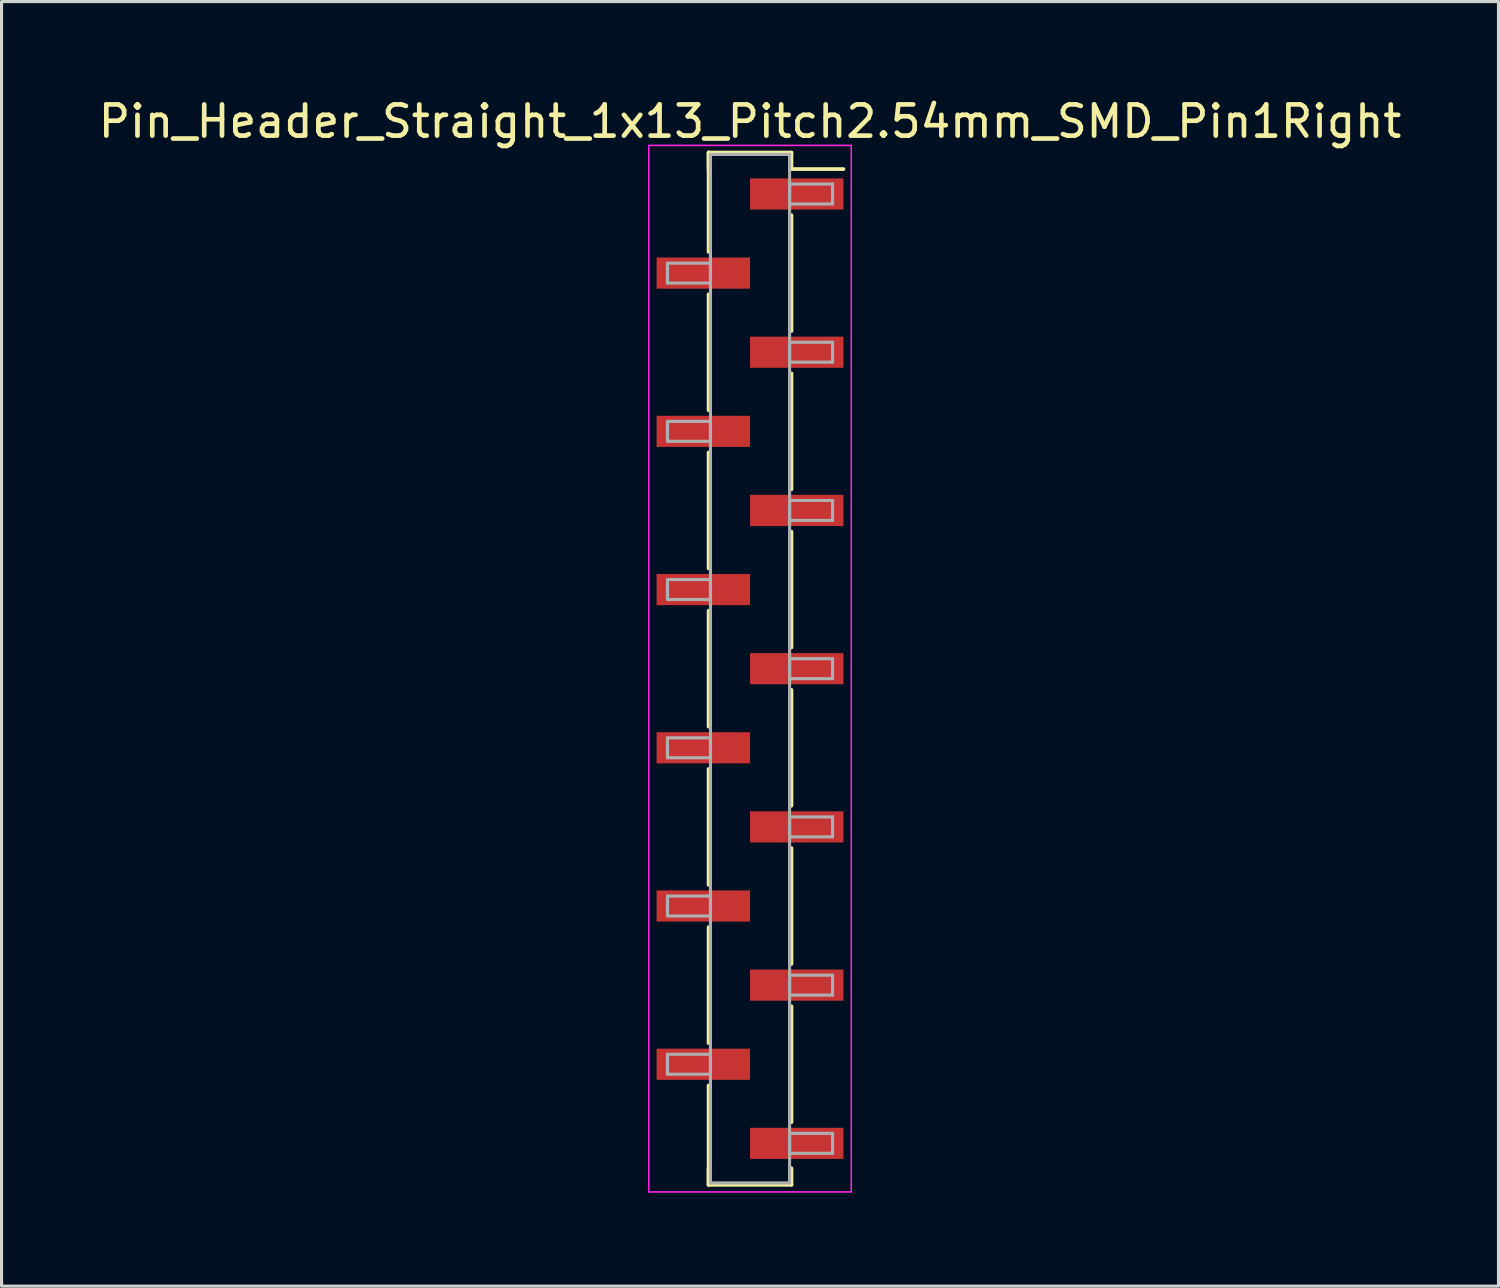
<source format=kicad_pcb>
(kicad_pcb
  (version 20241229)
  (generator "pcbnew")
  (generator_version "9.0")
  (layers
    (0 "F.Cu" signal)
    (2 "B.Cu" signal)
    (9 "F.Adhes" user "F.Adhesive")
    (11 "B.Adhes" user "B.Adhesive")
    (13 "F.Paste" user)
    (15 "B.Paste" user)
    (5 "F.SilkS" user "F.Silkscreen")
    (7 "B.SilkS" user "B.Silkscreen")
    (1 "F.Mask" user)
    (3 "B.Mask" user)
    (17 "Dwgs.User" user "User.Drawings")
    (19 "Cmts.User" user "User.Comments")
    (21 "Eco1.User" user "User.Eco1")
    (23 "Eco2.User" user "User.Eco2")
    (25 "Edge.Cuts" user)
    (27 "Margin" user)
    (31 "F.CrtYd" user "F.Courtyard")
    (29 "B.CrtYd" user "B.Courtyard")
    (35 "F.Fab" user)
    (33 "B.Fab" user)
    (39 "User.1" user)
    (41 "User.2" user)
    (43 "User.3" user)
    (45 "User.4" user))
  (footprint "Pin_Header_Straight_1x13_Pitch2.54mm_SMD_Pin1Right"
    (layer "F.Cu")
    (at 21.03 18.418)
    (property "Reference" "Pin_Header_Straight_1x13_Pitch2.54mm_SMD_Pin1Right" (at 0 -17.57 0) (layer "F.SilkS") (effects (font (size 1 1) (thickness 0.15))))
    (attr smd)
    (fp_line (start -1.33 -16.57) (end -1.33 -13.38) (stroke (width 0.12) (type solid)) (layer "F.SilkS"))
    (fp_line (start -1.33 -16.57) (end 1.33 -16.57) (stroke (width 0.12) (type solid)) (layer "F.SilkS"))
    (fp_line (start -1.33 -16.04) (end -1.33 -16.57) (stroke (width 0.12) (type solid)) (layer "F.SilkS"))
    (fp_line (start -1.33 -12.02) (end -1.33 -8.3) (stroke (width 0.12) (type solid)) (layer "F.SilkS"))
    (fp_line (start -1.33 -6.94) (end -1.33 -3.22) (stroke (width 0.12) (type solid)) (layer "F.SilkS"))
    (fp_line (start -1.33 -1.86) (end -1.33 1.86) (stroke (width 0.12) (type solid)) (layer "F.SilkS"))
    (fp_line (start -1.33 3.22) (end -1.33 6.94) (stroke (width 0.12) (type solid)) (layer "F.SilkS"))
    (fp_line (start -1.33 8.3) (end -1.33 12.02) (stroke (width 0.12) (type solid)) (layer "F.SilkS"))
    (fp_line (start -1.33 13.38) (end -1.33 16.57) (stroke (width 0.12) (type solid)) (layer "F.SilkS"))
    (fp_line (start -1.33 16.04) (end -1.33 16.57) (stroke (width 0.12) (type solid)) (layer "F.SilkS"))
    (fp_line (start -1.33 16.57) (end 1.33 16.57) (stroke (width 0.12) (type solid)) (layer "F.SilkS"))
    (fp_line (start 1.33 -16.57) (end 1.33 -16.04) (stroke (width 0.12) (type solid)) (layer "F.SilkS"))
    (fp_line (start 1.33 -16.04) (end 3 -16.04) (stroke (width 0.12) (type solid)) (layer "F.SilkS"))
    (fp_line (start 1.33 -14.56) (end 1.33 -10.84) (stroke (width 0.12) (type solid)) (layer "F.SilkS"))
    (fp_line (start 1.33 -9.48) (end 1.33 -5.76) (stroke (width 0.12) (type solid)) (layer "F.SilkS"))
    (fp_line (start 1.33 -4.4) (end 1.33 -0.68) (stroke (width 0.12) (type solid)) (layer "F.SilkS"))
    (fp_line (start 1.33 0.68) (end 1.33 4.4) (stroke (width 0.12) (type solid)) (layer "F.SilkS"))
    (fp_line (start 1.33 5.76) (end 1.33 9.48) (stroke (width 0.12) (type solid)) (layer "F.SilkS"))
    (fp_line (start 1.33 10.84) (end 1.33 14.56) (stroke (width 0.12) (type solid)) (layer "F.SilkS"))
    (fp_line (start 1.33 16.57) (end 1.33 16.04) (stroke (width 0.12) (type solid)) (layer "F.SilkS"))
    (fp_line (start -3.25 -16.8) (end -3.25 16.8) (stroke (width 0.05) (type solid)) (layer "F.CrtYd"))
    (fp_line (start -3.25 16.8) (end 3.25 16.8) (stroke (width 0.05) (type solid)) (layer "F.CrtYd"))
    (fp_line (start 3.25 -16.8) (end -3.25 -16.8) (stroke (width 0.05) (type solid)) (layer "F.CrtYd"))
    (fp_line (start 3.25 16.8) (end 3.25 -16.8) (stroke (width 0.05) (type solid)) (layer "F.CrtYd"))
    (fp_line (start -2.65 -13.02) (end -1.27 -13.02) (stroke (width 0.1) (type solid)) (layer "F.Fab"))
    (fp_line (start -2.65 -12.38) (end -2.65 -13.02) (stroke (width 0.1) (type solid)) (layer "F.Fab"))
    (fp_line (start -2.65 -7.94) (end -1.27 -7.94) (stroke (width 0.1) (type solid)) (layer "F.Fab"))
    (fp_line (start -2.65 -7.3) (end -2.65 -7.94) (stroke (width 0.1) (type solid)) (layer "F.Fab"))
    (fp_line (start -2.65 -2.86) (end -1.27 -2.86) (stroke (width 0.1) (type solid)) (layer "F.Fab"))
    (fp_line (start -2.65 -2.22) (end -2.65 -2.86) (stroke (width 0.1) (type solid)) (layer "F.Fab"))
    (fp_line (start -2.65 2.22) (end -1.27 2.22) (stroke (width 0.1) (type solid)) (layer "F.Fab"))
    (fp_line (start -2.65 2.86) (end -2.65 2.22) (stroke (width 0.1) (type solid)) (layer "F.Fab"))
    (fp_line (start -2.65 7.3) (end -1.27 7.3) (stroke (width 0.1) (type solid)) (layer "F.Fab"))
    (fp_line (start -2.65 7.94) (end -2.65 7.3) (stroke (width 0.1) (type solid)) (layer "F.Fab"))
    (fp_line (start -2.65 12.38) (end -1.27 12.38) (stroke (width 0.1) (type solid)) (layer "F.Fab"))
    (fp_line (start -2.65 13.02) (end -2.65 12.38) (stroke (width 0.1) (type solid)) (layer "F.Fab"))
    (fp_line (start -1.27 -16.51) (end -1.27 16.51) (stroke (width 0.1) (type solid)) (layer "F.Fab"))
    (fp_line (start -1.27 -13.02) (end -1.27 -12.38) (stroke (width 0.1) (type solid)) (layer "F.Fab"))
    (fp_line (start -1.27 -12.38) (end -2.65 -12.38) (stroke (width 0.1) (type solid)) (layer "F.Fab"))
    (fp_line (start -1.27 -7.94) (end -1.27 -7.3) (stroke (width 0.1) (type solid)) (layer "F.Fab"))
    (fp_line (start -1.27 -7.3) (end -2.65 -7.3) (stroke (width 0.1) (type solid)) (layer "F.Fab"))
    (fp_line (start -1.27 -2.86) (end -1.27 -2.22) (stroke (width 0.1) (type solid)) (layer "F.Fab"))
    (fp_line (start -1.27 -2.22) (end -2.65 -2.22) (stroke (width 0.1) (type solid)) (layer "F.Fab"))
    (fp_line (start -1.27 2.22) (end -1.27 2.86) (stroke (width 0.1) (type solid)) (layer "F.Fab"))
    (fp_line (start -1.27 2.86) (end -2.65 2.86) (stroke (width 0.1) (type solid)) (layer "F.Fab"))
    (fp_line (start -1.27 7.3) (end -1.27 7.94) (stroke (width 0.1) (type solid)) (layer "F.Fab"))
    (fp_line (start -1.27 7.94) (end -2.65 7.94) (stroke (width 0.1) (type solid)) (layer "F.Fab"))
    (fp_line (start -1.27 12.38) (end -1.27 13.02) (stroke (width 0.1) (type solid)) (layer "F.Fab"))
    (fp_line (start -1.27 13.02) (end -2.65 13.02) (stroke (width 0.1) (type solid)) (layer "F.Fab"))
    (fp_line (start -1.27 16.51) (end 1.27 16.51) (stroke (width 0.1) (type solid)) (layer "F.Fab"))
    (fp_line (start 1.27 -16.51) (end -1.27 -16.51) (stroke (width 0.1) (type solid)) (layer "F.Fab"))
    (fp_line (start 1.27 -15.56) (end 1.27 -14.92) (stroke (width 0.1) (type solid)) (layer "F.Fab"))
    (fp_line (start 1.27 -14.92) (end 2.65 -14.92) (stroke (width 0.1) (type solid)) (layer "F.Fab"))
    (fp_line (start 1.27 -10.48) (end 1.27 -9.84) (stroke (width 0.1) (type solid)) (layer "F.Fab"))
    (fp_line (start 1.27 -9.84) (end 2.65 -9.84) (stroke (width 0.1) (type solid)) (layer "F.Fab"))
    (fp_line (start 1.27 -5.4) (end 1.27 -4.76) (stroke (width 0.1) (type solid)) (layer "F.Fab"))
    (fp_line (start 1.27 -4.76) (end 2.65 -4.76) (stroke (width 0.1) (type solid)) (layer "F.Fab"))
    (fp_line (start 1.27 -0.32) (end 1.27 0.32) (stroke (width 0.1) (type solid)) (layer "F.Fab"))
    (fp_line (start 1.27 0.32) (end 2.65 0.32) (stroke (width 0.1) (type solid)) (layer "F.Fab"))
    (fp_line (start 1.27 4.76) (end 1.27 5.4) (stroke (width 0.1) (type solid)) (layer "F.Fab"))
    (fp_line (start 1.27 5.4) (end 2.65 5.4) (stroke (width 0.1) (type solid)) (layer "F.Fab"))
    (fp_line (start 1.27 9.84) (end 1.27 10.48) (stroke (width 0.1) (type solid)) (layer "F.Fab"))
    (fp_line (start 1.27 10.48) (end 2.65 10.48) (stroke (width 0.1) (type solid)) (layer "F.Fab"))
    (fp_line (start 1.27 14.92) (end 1.27 15.56) (stroke (width 0.1) (type solid)) (layer "F.Fab"))
    (fp_line (start 1.27 15.56) (end 2.65 15.56) (stroke (width 0.1) (type solid)) (layer "F.Fab"))
    (fp_line (start 1.27 16.51) (end 1.27 -16.51) (stroke (width 0.1) (type solid)) (layer "F.Fab"))
    (fp_line (start 2.65 -15.56) (end 1.27 -15.56) (stroke (width 0.1) (type solid)) (layer "F.Fab"))
    (fp_line (start 2.65 -14.92) (end 2.65 -15.56) (stroke (width 0.1) (type solid)) (layer "F.Fab"))
    (fp_line (start 2.65 -10.48) (end 1.27 -10.48) (stroke (width 0.1) (type solid)) (layer "F.Fab"))
    (fp_line (start 2.65 -9.84) (end 2.65 -10.48) (stroke (width 0.1) (type solid)) (layer "F.Fab"))
    (fp_line (start 2.65 -5.4) (end 1.27 -5.4) (stroke (width 0.1) (type solid)) (layer "F.Fab"))
    (fp_line (start 2.65 -4.76) (end 2.65 -5.4) (stroke (width 0.1) (type solid)) (layer "F.Fab"))
    (fp_line (start 2.65 -0.32) (end 1.27 -0.32) (stroke (width 0.1) (type solid)) (layer "F.Fab"))
    (fp_line (start 2.65 0.32) (end 2.65 -0.32) (stroke (width 0.1) (type solid)) (layer "F.Fab"))
    (fp_line (start 2.65 4.76) (end 1.27 4.76) (stroke (width 0.1) (type solid)) (layer "F.Fab"))
    (fp_line (start 2.65 5.4) (end 2.65 4.76) (stroke (width 0.1) (type solid)) (layer "F.Fab"))
    (fp_line (start 2.65 9.84) (end 1.27 9.84) (stroke (width 0.1) (type solid)) (layer "F.Fab"))
    (fp_line (start 2.65 10.48) (end 2.65 9.84) (stroke (width 0.1) (type solid)) (layer "F.Fab"))
    (fp_line (start 2.65 14.92) (end 1.27 14.92) (stroke (width 0.1) (type solid)) (layer "F.Fab"))
    (fp_line (start 2.65 15.56) (end 2.65 14.92) (stroke (width 0.1) (type solid)) (layer "F.Fab"))
    (pad "1" smd rect (at 1.5 -15.24) (size 3 1) (layers "F.Cu" "F.Mask"))
    (pad "2" smd rect (at -1.5 -12.7) (size 3 1) (layers "F.Cu" "F.Mask"))
    (pad "3" smd rect (at 1.5 -10.16) (size 3 1) (layers "F.Cu" "F.Mask"))
    (pad "4" smd rect (at -1.5 -7.62) (size 3 1) (layers "F.Cu" "F.Mask"))
    (pad "5" smd rect (at 1.5 -5.08) (size 3 1) (layers "F.Cu" "F.Mask"))
    (pad "6" smd rect (at -1.5 -2.54) (size 3 1) (layers "F.Cu" "F.Mask"))
    (pad "7" smd rect (at 1.5 0) (size 3 1) (layers "F.Cu" "F.Mask"))
    (pad "8" smd rect (at -1.5 2.54) (size 3 1) (layers "F.Cu" "F.Mask"))
    (pad "9" smd rect (at 1.5 5.08) (size 3 1) (layers "F.Cu" "F.Mask"))
    (pad "10" smd rect (at -1.5 7.62) (size 3 1) (layers "F.Cu" "F.Mask"))
    (pad "11" smd rect (at 1.5 10.16) (size 3 1) (layers "F.Cu" "F.Mask"))
    (pad "12" smd rect (at -1.5 12.7) (size 3 1) (layers "F.Cu" "F.Mask"))
    (pad "13" smd rect (at 1.5 15.24) (size 3 1) (layers "F.Cu" "F.Mask")))
  (gr_rect
    (start -3 -3)
    (end 45.06 38.243)
    (stroke (width 0.1) (type default))
    (fill no)
    (layer "Edge.Cuts")))
</source>
